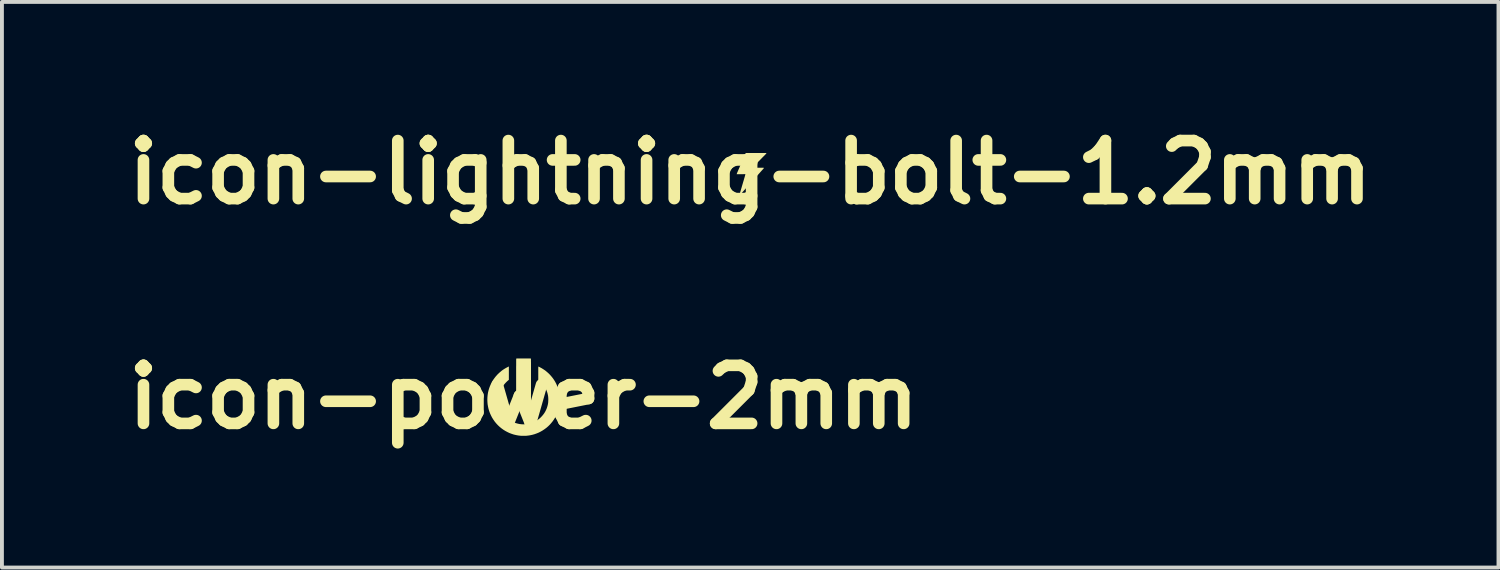
<source format=kicad_pcb>
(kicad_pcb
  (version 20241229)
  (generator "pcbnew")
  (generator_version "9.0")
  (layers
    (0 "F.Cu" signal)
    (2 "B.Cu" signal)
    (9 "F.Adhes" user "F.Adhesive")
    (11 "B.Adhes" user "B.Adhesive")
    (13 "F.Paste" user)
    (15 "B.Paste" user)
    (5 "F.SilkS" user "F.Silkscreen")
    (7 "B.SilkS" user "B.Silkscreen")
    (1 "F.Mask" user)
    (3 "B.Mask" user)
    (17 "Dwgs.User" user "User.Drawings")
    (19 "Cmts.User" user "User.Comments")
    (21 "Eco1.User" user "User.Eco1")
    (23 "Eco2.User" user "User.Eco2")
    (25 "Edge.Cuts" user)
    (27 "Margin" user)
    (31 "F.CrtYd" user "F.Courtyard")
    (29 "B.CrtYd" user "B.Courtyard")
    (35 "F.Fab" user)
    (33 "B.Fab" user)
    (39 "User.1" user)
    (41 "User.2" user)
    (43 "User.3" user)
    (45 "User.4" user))
  (footprint "icon-power-2mm"
    (layer "F.Cu")
    (at 10.479 7.212)
    (property "Reference" "icon-power-2mm" (at 0 0 0) (layer "F.SilkS") (effects (font (size 1.5 1.5) (thickness 0.3))))
    (attr board_only exclude_from_pos_files exclude_from_bom)
    (fp_poly (pts (xy 0.033 -1) (xy 0.06 -1) (xy 0.084 -1) (xy 0.105 -1) (xy 0.122 -1) (xy 0.137 -1) (xy 0.149 -1) (xy 0.16 -1) (xy 0.168 -0.999) (xy 0.174 -0.999) (xy 0.178 -0.999) (xy 0.182 -0.998) (xy 0.184 -0.998) (xy 0.186 -0.997) (xy 0.187 -0.997) (xy 0.188 -0.996) (xy 0.188 -0.996) (xy 0.188 -0.996) (xy 0.189 -0.995) (xy 0.189 -0.994) (xy 0.189 -0.993) (xy 0.19 -0.991) (xy 0.19 -0.989) (xy 0.19 -0.986) (xy 0.19 -0.982) (xy 0.191 -0.977) (xy 0.191 -0.971) (xy 0.191 -0.963) (xy 0.191 -0.954) (xy 0.191 -0.944) (xy 0.191 -0.931) (xy 0.191 -0.917) (xy 0.192 -0.901) (xy 0.192 -0.883) (xy 0.192 -0.863) (xy 0.192 -0.84) (xy 0.192 -0.815) (xy 0.192 -0.787) (xy 0.192 -0.757) (xy 0.192 -0.723) (xy 0.192 -0.687) (xy 0.192 -0.647) (xy 0.192 -0.605) (xy 0.192 -0.558) (xy 0.192 -0.509) (xy 0.192 -0.455) (xy 0.192 -0.398) (xy 0.192 -0.363) (xy 0.192 0.265) (xy 0.187 0.27) (xy 0.183 0.274) (xy 0.001 0.274) (xy -0.031 0.274) (xy -0.059 0.274) (xy -0.084 0.274) (xy -0.105 0.274) (xy -0.123 0.274) (xy -0.139 0.273) (xy -0.151 0.273) (xy -0.162 0.273) (xy -0.17 0.273) (xy -0.176 0.273) (xy -0.18 0.272) (xy -0.183 0.272) (xy -0.184 0.271) (xy -0.185 0.271) (xy -0.188 0.267) (xy -0.19 0.262) (xy -0.19 0.262) (xy -0.19 0.259) (xy -0.19 0.253) (xy -0.191 0.243) (xy -0.191 0.229) (xy -0.191 0.212) (xy -0.191 0.192) (xy -0.191 0.17) (xy -0.191 0.144) (xy -0.191 0.116) (xy -0.192 0.086) (xy -0.192 0.054) (xy -0.192 0.019) (xy -0.192 -0.017) (xy -0.192 -0.054) (xy -0.192 -0.093) (xy -0.192 -0.133) (xy -0.192 -0.175) (xy -0.192 -0.217) (xy -0.192 -0.259) (xy -0.192 -0.303) (xy -0.192 -0.346) (xy -0.192 -0.389) (xy -0.192 -0.433) (xy -0.192 -0.476) (xy -0.192 -0.518) (xy -0.192 -0.56) (xy -0.192 -0.601) (xy -0.192 -0.641) (xy -0.192 -0.68) (xy -0.192 -0.717) (xy -0.192 -0.753) (xy -0.192 -0.787) (xy -0.191 -0.819) (xy -0.191 -0.849) (xy -0.191 -0.876) (xy -0.191 -0.901) (xy -0.191 -0.923) (xy -0.191 -0.943) (xy -0.191 -0.959) (xy -0.19 -0.972) (xy -0.19 -0.981) (xy -0.19 -0.987) (xy -0.19 -0.988) (xy -0.188 -0.994) (xy -0.185 -0.998) (xy -0.184 -0.998) (xy -0.181 -0.998) (xy -0.175 -0.999) (xy -0.164 -0.999) (xy -0.15 -0.999) (xy -0.131 -1) (xy -0.109 -1) (xy -0.084 -1) (xy -0.054 -1) (xy -0.021 -1) (xy 0.002 -1)) (stroke (width 0) (type solid)) (fill yes) (layer "F.SilkS"))
    (fp_poly (pts (xy -0.38 -0.619) (xy -0.38 -0.446) (xy -0.4 -0.431) (xy -0.43 -0.404) (xy -0.46 -0.374) (xy -0.489 -0.342) (xy -0.515 -0.309) (xy -0.539 -0.275) (xy -0.547 -0.262) (xy -0.557 -0.245) (xy -0.566 -0.227) (xy -0.576 -0.207) (xy -0.586 -0.186) (xy -0.594 -0.167) (xy -0.601 -0.15) (xy -0.601 -0.149) (xy -0.608 -0.127) (xy -0.615 -0.103) (xy -0.622 -0.077) (xy -0.627 -0.052) (xy -0.632 -0.028) (xy -0.632 -0.024) (xy -0.634 -0.014) (xy -0.635 -0.005) (xy -0.636 0.004) (xy -0.636 0.014) (xy -0.637 0.025) (xy -0.637 0.038) (xy -0.637 0.053) (xy -0.637 0.064) (xy -0.637 0.084) (xy -0.637 0.1) (xy -0.636 0.114) (xy -0.635 0.126) (xy -0.635 0.136) (xy -0.633 0.146) (xy -0.633 0.146) (xy -0.624 0.197) (xy -0.611 0.247) (xy -0.595 0.295) (xy -0.575 0.341) (xy -0.552 0.385) (xy -0.525 0.427) (xy -0.495 0.467) (xy -0.461 0.505) (xy -0.45 0.516) (xy -0.413 0.55) (xy -0.374 0.581) (xy -0.334 0.608) (xy -0.291 0.632) (xy -0.248 0.653) (xy -0.203 0.67) (xy -0.157 0.683) (xy -0.11 0.694) (xy -0.063 0.7) (xy -0.016 0.703) (xy 0.032 0.703) (xy 0.08 0.699) (xy 0.127 0.691) (xy 0.174 0.679) (xy 0.221 0.664) (xy 0.266 0.645) (xy 0.311 0.623) (xy 0.326 0.614) (xy 0.368 0.587) (xy 0.407 0.557) (xy 0.443 0.525) (xy 0.477 0.489) (xy 0.508 0.452) (xy 0.537 0.412) (xy 0.562 0.37) (xy 0.583 0.327) (xy 0.602 0.282) (xy 0.616 0.236) (xy 0.619 0.225) (xy 0.625 0.201) (xy 0.63 0.18) (xy 0.633 0.159) (xy 0.636 0.139) (xy 0.637 0.119) (xy 0.638 0.096) (xy 0.639 0.071) (xy 0.639 0.065) (xy 0.639 0.043) (xy 0.638 0.024) (xy 0.637 0.008) (xy 0.636 -0.008) (xy 0.634 -0.023) (xy 0.632 -0.039) (xy 0.628 -0.057) (xy 0.627 -0.063) (xy 0.616 -0.109) (xy 0.6 -0.155) (xy 0.582 -0.199) (xy 0.56 -0.243) (xy 0.534 -0.285) (xy 0.506 -0.324) (xy 0.5 -0.332) (xy 0.491 -0.342) (xy 0.481 -0.354) (xy 0.468 -0.367) (xy 0.455 -0.381) (xy 0.441 -0.395) (xy 0.428 -0.408) (xy 0.415 -0.419) (xy 0.404 -0.428) (xy 0.398 -0.433) (xy 0.38 -0.447) (xy 0.38 -0.619) (xy 0.38 -0.649) (xy 0.38 -0.675) (xy 0.38 -0.698) (xy 0.38 -0.718) (xy 0.38 -0.735) (xy 0.38 -0.749) (xy 0.381 -0.76) (xy 0.381 -0.77) (xy 0.381 -0.777) (xy 0.381 -0.782) (xy 0.382 -0.786) (xy 0.382 -0.788) (xy 0.382 -0.789) (xy 0.383 -0.79) (xy 0.383 -0.79) (xy 0.387 -0.789) (xy 0.394 -0.786) (xy 0.403 -0.782) (xy 0.415 -0.776) (xy 0.428 -0.769) (xy 0.442 -0.761) (xy 0.457 -0.753) (xy 0.472 -0.745) (xy 0.486 -0.736) (xy 0.5 -0.727) (xy 0.513 -0.719) (xy 0.519 -0.715) (xy 0.562 -0.686) (xy 0.603 -0.652) (xy 0.644 -0.616) (xy 0.682 -0.578) (xy 0.718 -0.537) (xy 0.749 -0.499) (xy 0.784 -0.45) (xy 0.815 -0.4) (xy 0.843 -0.347) (xy 0.867 -0.293) (xy 0.888 -0.238) (xy 0.905 -0.181) (xy 0.918 -0.124) (xy 0.928 -0.066) (xy 0.935 -0.007) (xy 0.937 0.052) (xy 0.936 0.111) (xy 0.932 0.171) (xy 0.923 0.23) (xy 0.911 0.288) (xy 0.895 0.346) (xy 0.89 0.361) (xy 0.869 0.417) (xy 0.845 0.472) (xy 0.817 0.525) (xy 0.786 0.575) (xy 0.753 0.623) (xy 0.716 0.669) (xy 0.677 0.713) (xy 0.635 0.754) (xy 0.591 0.792) (xy 0.544 0.827) (xy 0.495 0.86) (xy 0.445 0.889) (xy 0.392 0.916) (xy 0.338 0.938) (xy 0.282 0.958) (xy 0.225 0.974) (xy 0.167 0.986) (xy 0.122 0.993) (xy 0.11 0.994) (xy 0.096 0.996) (xy 0.082 0.997) (xy 0.075 0.998) (xy 0.065 0.999) (xy 0.052 0.999) (xy 0.036 0.999) (xy 0.019 1) (xy 0.000414 1) (xy -0.018 1) (xy -0.035 0.999) (xy -0.051 0.999) (xy -0.065 0.999) (xy -0.076 0.998) (xy -0.076 0.998) (xy -0.137 0.991) (xy -0.196 0.98) (xy -0.255 0.966) (xy -0.312 0.947) (xy -0.368 0.926) (xy -0.422 0.9) (xy -0.474 0.872) (xy -0.525 0.84) (xy -0.573 0.805) (xy -0.619 0.767) (xy -0.663 0.726) (xy -0.704 0.682) (xy -0.743 0.635) (xy -0.749 0.626) (xy -0.784 0.576) (xy -0.816 0.524) (xy -0.843 0.471) (xy -0.868 0.416) (xy -0.889 0.359) (xy -0.906 0.301) (xy -0.919 0.242) (xy -0.929 0.183) (xy -0.934 0.123) (xy -0.936 0.065) (xy -0.934 0.004) (xy -0.928 -0.057) (xy -0.919 -0.116) (xy -0.905 -0.175) (xy -0.888 -0.232) (xy -0.867 -0.288) (xy -0.843 -0.342) (xy -0.816 -0.395) (xy -0.785 -0.446) (xy -0.75 -0.495) (xy -0.713 -0.542) (xy -0.672 -0.587) (xy -0.628 -0.629) (xy -0.581 -0.669) (xy -0.562 -0.685) (xy -0.534 -0.705) (xy -0.503 -0.725) (xy -0.472 -0.744) (xy -0.44 -0.762) (xy -0.409 -0.778) (xy -0.401 -0.782) (xy -0.38 -0.792)) (stroke (width 0) (type solid)) (fill yes) (layer "F.SilkS")))
  (footprint "icon-lightning-bolt-1.2mm"
    (layer "F.Cu")
    (at 16.336 1.404)
    (property "Reference" "icon-lightning-bolt-1.2mm" (at 0 0 0) (layer "F.SilkS") (effects (font (size 1.5 1.5) (thickness 0.3))))
    (attr board_only exclude_from_pos_files exclude_from_bom)
    (fp_poly (pts (xy 0.415 -0.498) (xy 0.417 -0.494) (xy 0.418 -0.491) (xy 0.418 -0.491) (xy 0.417 -0.49) (xy 0.416 -0.489) (xy 0.415 -0.487) (xy 0.414 -0.485) (xy 0.412 -0.483) (xy 0.409 -0.48) (xy 0.406 -0.476) (xy 0.401 -0.472) (xy 0.397 -0.467) (xy 0.391 -0.461) (xy 0.384 -0.454) (xy 0.377 -0.446) (xy 0.368 -0.437) (xy 0.358 -0.427) (xy 0.347 -0.416) (xy 0.335 -0.404) (xy 0.321 -0.39) (xy 0.306 -0.375) (xy 0.29 -0.358) (xy 0.272 -0.34) (xy 0.253 -0.32) (xy 0.237 -0.304) (xy 0.055 -0.121) (xy 0.201 -0.12) (xy 0.219 -0.12) (xy 0.237 -0.12) (xy 0.254 -0.12) (xy 0.27 -0.12) (xy 0.285 -0.12) (xy 0.299 -0.12) (xy 0.311 -0.119) (xy 0.321 -0.119) (xy 0.33 -0.119) (xy 0.338 -0.119) (xy 0.343 -0.119) (xy 0.346 -0.119) (xy 0.346 -0.119) (xy 0.347 -0.118) (xy 0.349 -0.116) (xy 0.351 -0.114) (xy 0.352 -0.112) (xy 0.351 -0.11) (xy 0.35 -0.107) (xy 0.348 -0.103) (xy 0.344 -0.098) (xy 0.338 -0.092) (xy 0.337 -0.09) (xy 0.32 -0.071) (xy 0.302 -0.051) (xy 0.284 -0.031) (xy 0.265 -0.01) (xy 0.246 0.012) (xy 0.226 0.034) (xy 0.206 0.057) (xy 0.185 0.08) (xy 0.165 0.103) (xy 0.144 0.126) (xy 0.123 0.15) (xy 0.102 0.173) (xy 0.081 0.197) (xy 0.06 0.22) (xy 0.04 0.243) (xy 0.019 0.266) (xy -0.001 0.289) (xy -0.021 0.311) (xy -0.041 0.333) (xy -0.06 0.355) (xy -0.079 0.376) (xy -0.097 0.396) (xy -0.114 0.415) (xy -0.131 0.434) (xy -0.147 0.452) (xy -0.162 0.469) (xy -0.176 0.485) (xy -0.19 0.5) (xy -0.202 0.514) (xy -0.214 0.527) (xy -0.224 0.538) (xy -0.233 0.548) (xy -0.241 0.557) (xy -0.247 0.564) (xy -0.252 0.57) (xy -0.256 0.574) (xy -0.258 0.576) (xy -0.259 0.577) (xy -0.263 0.58) (xy -0.267 0.581) (xy -0.271 0.579) (xy -0.272 0.578) (xy -0.274 0.576) (xy -0.275 0.573) (xy -0.275 0.57) (xy -0.274 0.568) (xy -0.273 0.565) (xy -0.272 0.559) (xy -0.27 0.551) (xy -0.267 0.542) (xy -0.264 0.53) (xy -0.26 0.517) (xy -0.256 0.503) (xy -0.251 0.487) (xy -0.246 0.469) (xy -0.241 0.451) (xy -0.235 0.431) (xy -0.229 0.41) (xy -0.222 0.388) (xy -0.216 0.365) (xy -0.209 0.342) (xy -0.202 0.318) (xy -0.199 0.307) (xy -0.191 0.282) (xy -0.185 0.259) (xy -0.178 0.236) (xy -0.171 0.214) (xy -0.165 0.192) (xy -0.159 0.172) (xy -0.154 0.153) (xy -0.148 0.135) (xy -0.144 0.119) (xy -0.139 0.103) (xy -0.135 0.09) (xy -0.132 0.078) (xy -0.129 0.068) (xy -0.126 0.059) (xy -0.125 0.053) (xy -0.123 0.049) (xy -0.123 0.046) (xy -0.123 0.046) (xy -0.124 0.046) (xy -0.127 0.046) (xy -0.133 0.046) (xy -0.14 0.046) (xy -0.149 0.046) (xy -0.159 0.046) (xy -0.171 0.046) (xy -0.183 0.047) (xy -0.196 0.047) (xy -0.203 0.047) (xy -0.218 0.047) (xy -0.233 0.047) (xy -0.248 0.047) (xy -0.262 0.048) (xy -0.276 0.048) (xy -0.289 0.048) (xy -0.3 0.048) (xy -0.309 0.048) (xy -0.316 0.048) (xy -0.317 0.048) (xy -0.349 0.048) (xy -0.349 0.042) (xy -0.349 0.041) (xy -0.348 0.039) (xy -0.347 0.036) (xy -0.346 0.033) (xy -0.344 0.029) (xy -0.342 0.023) (xy -0.34 0.017) (xy -0.337 0.009) (xy -0.333 0.000439) (xy -0.329 -0.01) (xy -0.324 -0.021) (xy -0.318 -0.034) (xy -0.312 -0.049) (xy -0.305 -0.065) (xy -0.298 -0.082) (xy -0.289 -0.102) (xy -0.28 -0.123) (xy -0.27 -0.146) (xy -0.26 -0.172) (xy -0.248 -0.199) (xy -0.235 -0.228) (xy -0.234 -0.231) (xy -0.224 -0.255) (xy -0.214 -0.279) (xy -0.204 -0.301) (xy -0.194 -0.323) (xy -0.185 -0.345) (xy -0.176 -0.365) (xy -0.168 -0.384) (xy -0.16 -0.402) (xy -0.153 -0.419) (xy -0.146 -0.435) (xy -0.14 -0.449) (xy -0.135 -0.461) (xy -0.13 -0.472) (xy -0.126 -0.481) (xy -0.123 -0.489) (xy -0.12 -0.494) (xy -0.119 -0.497) (xy -0.118 -0.499) (xy -0.118 -0.499) (xy -0.117 -0.499) (xy -0.116 -0.499) (xy -0.114 -0.499) (xy -0.11 -0.499) (xy -0.106 -0.5) (xy -0.101 -0.5) (xy -0.094 -0.5) (xy -0.087 -0.5) (xy -0.077 -0.5) (xy -0.067 -0.5) (xy -0.055 -0.5) (xy -0.041 -0.5) (xy -0.026 -0.5) (xy -0.008 -0.5) (xy 0.011 -0.5) (xy 0.032 -0.5) (xy 0.055 -0.5) (xy 0.08 -0.5) (xy 0.108 -0.5) (xy 0.137 -0.5) (xy 0.148 -0.5) (xy 0.412 -0.5)) (stroke (width 0) (type solid)) (fill yes) (layer "F.SilkS")))
  (gr_rect
    (start -3 -3)
    (end 35.671 11.616)
    (stroke (width 0.1) (type default))
    (fill no)
    (layer "Edge.Cuts")))
</source>
